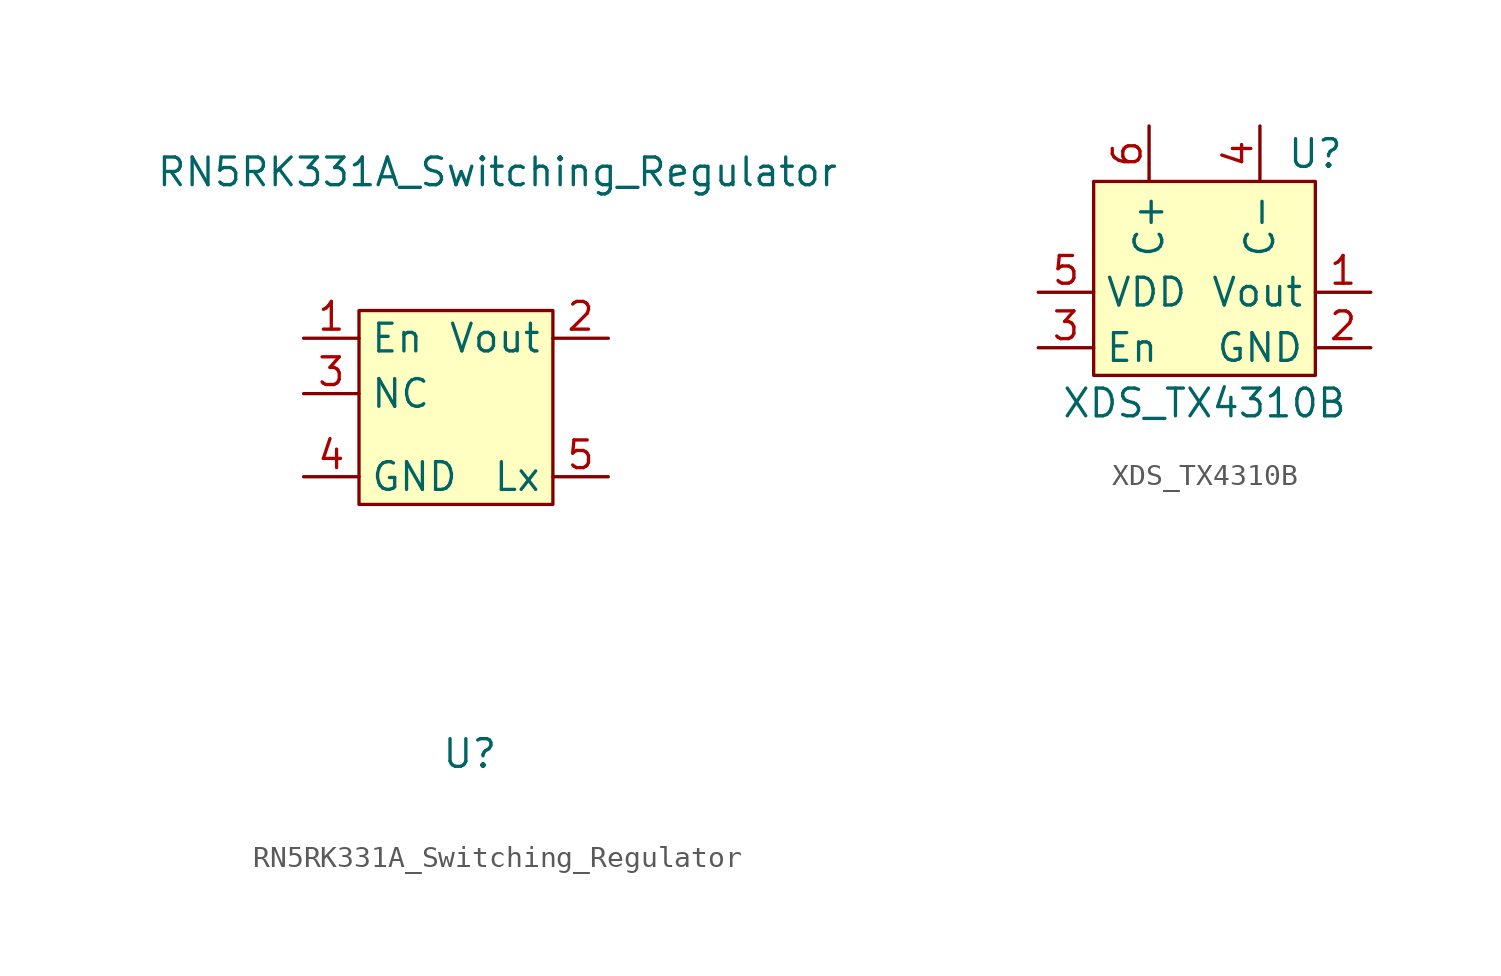
<source format=kicad_sym>
(kicad_symbol_lib
  (version 20211014)
  (generator kicad_symbol_editor)
  (symbol "RN5RK331A_Switching_Regulator"
    (property "Reference" "U"
      (at 0 -13.97 0)
      (effects (font (size 1.27 1.27))))
    (property "Value" "RN5RK331A_Switching_Regulator"
      (at 1.27 12.7 0)
      (effects (font (size 1.27 1.27))))
    (symbol "RN5RK331A_Switching_Regulator_0_1"
      (rectangle (start -5.08 6.35) (end 3.81 -2.54) (stroke (width 0.152) (type default) (color 0 0 0 0)) (fill (type background))))
    (symbol "RN5RK331A_Switching_Regulator_1_1"
      (pin input line (at -7.62 5.08 0) (length 2.54) (name "En" (effects (font (size 1.27 1.27)))) (number "1" (effects (font (size 1.27 1.27)))))
      (pin input line (at 6.35 5.08 180) (length 2.54) (name "Vout" (effects (font (size 1.27 1.27)))) (number "2" (effects (font (size 1.27 1.27)))))
      (pin input line (at -7.62 2.54 0) (length 2.54) (name "NC" (effects (font (size 1.27 1.27)))) (number "3" (effects (font (size 1.27 1.27)))))
      (pin input line (at -7.62 -1.27 0) (length 2.54) (name "GND" (effects (font (size 1.27 1.27)))) (number "4" (effects (font (size 1.27 1.27)))))
      (pin input line (at 6.35 -1.27 180) (length 2.54) (name "Lx" (effects (font (size 1.27 1.27)))) (number "5" (effects (font (size 1.27 1.27)))))))
  (symbol "XDS_TX4310B"
    (property "Reference" "U"
      (at 5.08 3.81 0)
      (effects (font (size 1.27 1.27))))
    (property "Value" "XDS_TX4310B"
      (at 0 -7.62 0)
      (effects (font (size 1.27 1.27))))
    (symbol "XDS_TX4310B_0_1"
      (rectangle (start -5.08 2.54) (end 5.08 -6.35) (stroke (width 0.152) (type default) (color 0 0 0 0)) (fill (type background))))
    (symbol "XDS_TX4310B_1_1"
      (pin input line (at 7.62 -2.54 180) (length 2.54) (name "Vout" (effects (font (size 1.27 1.27)))) (number "1" (effects (font (size 1.27 1.27)))))
      (pin input line (at 7.62 -5.08 180) (length 2.54) (name "GND" (effects (font (size 1.27 1.27)))) (number "2" (effects (font (size 1.27 1.27)))))
      (pin input line (at -7.62 -5.08 0) (length 2.54) (name "En" (effects (font (size 1.27 1.27)))) (number "3" (effects (font (size 1.27 1.27)))))
      (pin input line (at 2.54 5.08 270) (length 2.54) (name "C-" (effects (font (size 1.27 1.27)))) (number "4" (effects (font (size 1.27 1.27)))))
      (pin input line (at -7.62 -2.54 0) (length 2.54) (name "VDD" (effects (font (size 1.27 1.27)))) (number "5" (effects (font (size 1.27 1.27)))))
      (pin input line (at -2.54 5.08 270) (length 2.54) (name "C+" (effects (font (size 1.27 1.27)))) (number "6" (effects (font (size 1.27 1.27))))))))
</source>
